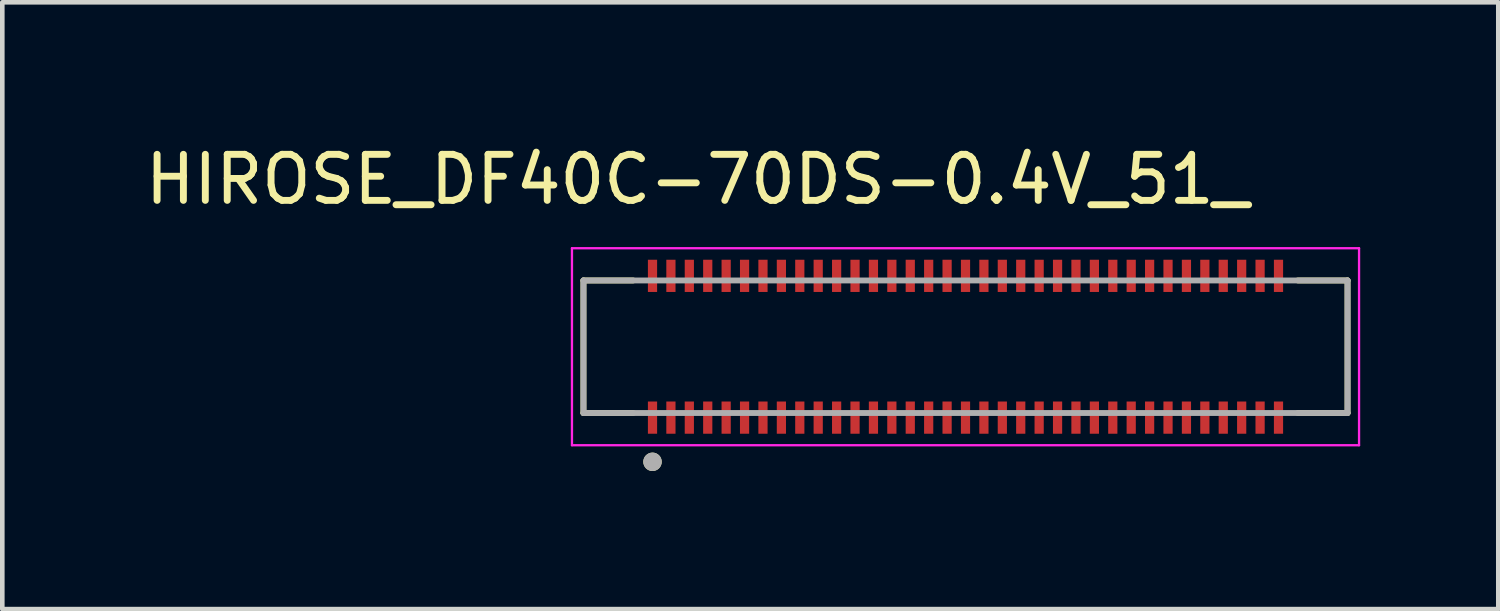
<source format=kicad_pcb>
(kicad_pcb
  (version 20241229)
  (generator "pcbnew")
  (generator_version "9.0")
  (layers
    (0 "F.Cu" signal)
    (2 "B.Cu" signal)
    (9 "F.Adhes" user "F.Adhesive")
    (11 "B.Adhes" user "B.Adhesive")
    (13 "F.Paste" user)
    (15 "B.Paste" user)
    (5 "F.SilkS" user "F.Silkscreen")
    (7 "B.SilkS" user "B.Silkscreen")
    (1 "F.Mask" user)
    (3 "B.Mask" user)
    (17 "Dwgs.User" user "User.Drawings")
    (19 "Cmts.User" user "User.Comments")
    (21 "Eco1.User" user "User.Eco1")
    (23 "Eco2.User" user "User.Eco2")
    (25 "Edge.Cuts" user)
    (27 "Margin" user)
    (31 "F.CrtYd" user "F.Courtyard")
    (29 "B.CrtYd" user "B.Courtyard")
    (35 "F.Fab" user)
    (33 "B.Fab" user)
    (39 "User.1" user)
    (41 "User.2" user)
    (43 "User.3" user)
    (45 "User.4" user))
  (footprint "HIROSE_DF40C-70DS-0.4V_51_"
    (layer "F.Cu")
    (at 17.926 4.483)
    (property "Reference" "HIROSE_DF40C-70DS-0.4V_51_" (at -5.825 -3.635 0) (layer "F.SilkS") (effects (font (size 1 1) (thickness 0.15))))
    (attr smd)
    (fp_line (start -8.3 -1.44) (end -8.3 1.44) (stroke (width 0.127) (type solid)) (layer "F.SilkS"))
    (fp_line (start -8.3 1.44) (end -7.22 1.44) (stroke (width 0.127) (type solid)) (layer "F.SilkS"))
    (fp_line (start -7.22 -1.44) (end -8.3 -1.44) (stroke (width 0.127) (type solid)) (layer "F.SilkS"))
    (fp_line (start 7.22 1.44) (end 8.3 1.44) (stroke (width 0.127) (type solid)) (layer "F.SilkS"))
    (fp_line (start 8.3 -1.44) (end 7.22 -1.44) (stroke (width 0.127) (type solid)) (layer "F.SilkS"))
    (fp_line (start 8.3 1.44) (end 8.3 -1.44) (stroke (width 0.127) (type solid)) (layer "F.SilkS"))
    (fp_circle (center -6.8 2.5) (end -6.7 2.5) (stroke (width 0.2) (type solid)) (fill no) (layer "F.SilkS"))
    (fp_poly (pts (xy -6.88 -1.82) (xy -6.72 -1.82) (xy -6.72 -1.26) (xy -6.88 -1.26)) (stroke (width 0.01) (type solid)) (fill yes) (layer "F.Paste"))
    (fp_poly (pts (xy -6.88 1.26) (xy -6.72 1.26) (xy -6.72 1.82) (xy -6.88 1.82)) (stroke (width 0.01) (type solid)) (fill yes) (layer "F.Paste"))
    (fp_poly (pts (xy -6.48 -1.82) (xy -6.32 -1.82) (xy -6.32 -1.26) (xy -6.48 -1.26)) (stroke (width 0.01) (type solid)) (fill yes) (layer "F.Paste"))
    (fp_poly (pts (xy -6.48 1.26) (xy -6.32 1.26) (xy -6.32 1.82) (xy -6.48 1.82)) (stroke (width 0.01) (type solid)) (fill yes) (layer "F.Paste"))
    (fp_poly (pts (xy -6.08 -1.82) (xy -5.92 -1.82) (xy -5.92 -1.26) (xy -6.08 -1.26)) (stroke (width 0.01) (type solid)) (fill yes) (layer "F.Paste"))
    (fp_poly (pts (xy -6.08 1.26) (xy -5.92 1.26) (xy -5.92 1.82) (xy -6.08 1.82)) (stroke (width 0.01) (type solid)) (fill yes) (layer "F.Paste"))
    (fp_poly (pts (xy -5.68 -1.82) (xy -5.52 -1.82) (xy -5.52 -1.26) (xy -5.68 -1.26)) (stroke (width 0.01) (type solid)) (fill yes) (layer "F.Paste"))
    (fp_poly (pts (xy -5.68 1.26) (xy -5.52 1.26) (xy -5.52 1.82) (xy -5.68 1.82)) (stroke (width 0.01) (type solid)) (fill yes) (layer "F.Paste"))
    (fp_poly (pts (xy -5.28 -1.82) (xy -5.12 -1.82) (xy -5.12 -1.26) (xy -5.28 -1.26)) (stroke (width 0.01) (type solid)) (fill yes) (layer "F.Paste"))
    (fp_poly (pts (xy -5.28 1.26) (xy -5.12 1.26) (xy -5.12 1.82) (xy -5.28 1.82)) (stroke (width 0.01) (type solid)) (fill yes) (layer "F.Paste"))
    (fp_poly (pts (xy -4.88 -1.82) (xy -4.72 -1.82) (xy -4.72 -1.26) (xy -4.88 -1.26)) (stroke (width 0.01) (type solid)) (fill yes) (layer "F.Paste"))
    (fp_poly (pts (xy -4.88 1.26) (xy -4.72 1.26) (xy -4.72 1.82) (xy -4.88 1.82)) (stroke (width 0.01) (type solid)) (fill yes) (layer "F.Paste"))
    (fp_poly (pts (xy -4.48 -1.82) (xy -4.32 -1.82) (xy -4.32 -1.26) (xy -4.48 -1.26)) (stroke (width 0.01) (type solid)) (fill yes) (layer "F.Paste"))
    (fp_poly (pts (xy -4.48 1.26) (xy -4.32 1.26) (xy -4.32 1.82) (xy -4.48 1.82)) (stroke (width 0.01) (type solid)) (fill yes) (layer "F.Paste"))
    (fp_poly (pts (xy -4.08 -1.82) (xy -3.92 -1.82) (xy -3.92 -1.26) (xy -4.08 -1.26)) (stroke (width 0.01) (type solid)) (fill yes) (layer "F.Paste"))
    (fp_poly (pts (xy -4.08 1.26) (xy -3.92 1.26) (xy -3.92 1.82) (xy -4.08 1.82)) (stroke (width 0.01) (type solid)) (fill yes) (layer "F.Paste"))
    (fp_poly (pts (xy -3.68 -1.82) (xy -3.52 -1.82) (xy -3.52 -1.26) (xy -3.68 -1.26)) (stroke (width 0.01) (type solid)) (fill yes) (layer "F.Paste"))
    (fp_poly (pts (xy -3.68 1.26) (xy -3.52 1.26) (xy -3.52 1.82) (xy -3.68 1.82)) (stroke (width 0.01) (type solid)) (fill yes) (layer "F.Paste"))
    (fp_poly (pts (xy -3.28 -1.82) (xy -3.12 -1.82) (xy -3.12 -1.26) (xy -3.28 -1.26)) (stroke (width 0.01) (type solid)) (fill yes) (layer "F.Paste"))
    (fp_poly (pts (xy -3.28 1.26) (xy -3.12 1.26) (xy -3.12 1.82) (xy -3.28 1.82)) (stroke (width 0.01) (type solid)) (fill yes) (layer "F.Paste"))
    (fp_poly (pts (xy -2.88 -1.82) (xy -2.72 -1.82) (xy -2.72 -1.26) (xy -2.88 -1.26)) (stroke (width 0.01) (type solid)) (fill yes) (layer "F.Paste"))
    (fp_poly (pts (xy -2.88 1.26) (xy -2.72 1.26) (xy -2.72 1.82) (xy -2.88 1.82)) (stroke (width 0.01) (type solid)) (fill yes) (layer "F.Paste"))
    (fp_poly (pts (xy -2.48 -1.82) (xy -2.32 -1.82) (xy -2.32 -1.26) (xy -2.48 -1.26)) (stroke (width 0.01) (type solid)) (fill yes) (layer "F.Paste"))
    (fp_poly (pts (xy -2.48 1.26) (xy -2.32 1.26) (xy -2.32 1.82) (xy -2.48 1.82)) (stroke (width 0.01) (type solid)) (fill yes) (layer "F.Paste"))
    (fp_poly (pts (xy -2.08 -1.82) (xy -1.92 -1.82) (xy -1.92 -1.26) (xy -2.08 -1.26)) (stroke (width 0.01) (type solid)) (fill yes) (layer "F.Paste"))
    (fp_poly (pts (xy -2.08 1.26) (xy -1.92 1.26) (xy -1.92 1.82) (xy -2.08 1.82)) (stroke (width 0.01) (type solid)) (fill yes) (layer "F.Paste"))
    (fp_poly (pts (xy -1.68 -1.82) (xy -1.52 -1.82) (xy -1.52 -1.26) (xy -1.68 -1.26)) (stroke (width 0.01) (type solid)) (fill yes) (layer "F.Paste"))
    (fp_poly (pts (xy -1.68 1.26) (xy -1.52 1.26) (xy -1.52 1.82) (xy -1.68 1.82)) (stroke (width 0.01) (type solid)) (fill yes) (layer "F.Paste"))
    (fp_poly (pts (xy -1.28 -1.82) (xy -1.12 -1.82) (xy -1.12 -1.26) (xy -1.28 -1.26)) (stroke (width 0.01) (type solid)) (fill yes) (layer "F.Paste"))
    (fp_poly (pts (xy -1.28 1.26) (xy -1.12 1.26) (xy -1.12 1.82) (xy -1.28 1.82)) (stroke (width 0.01) (type solid)) (fill yes) (layer "F.Paste"))
    (fp_poly (pts (xy -0.88 -1.82) (xy -0.72 -1.82) (xy -0.72 -1.26) (xy -0.88 -1.26)) (stroke (width 0.01) (type solid)) (fill yes) (layer "F.Paste"))
    (fp_poly (pts (xy -0.88 1.26) (xy -0.72 1.26) (xy -0.72 1.82) (xy -0.88 1.82)) (stroke (width 0.01) (type solid)) (fill yes) (layer "F.Paste"))
    (fp_poly (pts (xy -0.48 -1.82) (xy -0.32 -1.82) (xy -0.32 -1.26) (xy -0.48 -1.26)) (stroke (width 0.01) (type solid)) (fill yes) (layer "F.Paste"))
    (fp_poly (pts (xy -0.48 1.26) (xy -0.32 1.26) (xy -0.32 1.82) (xy -0.48 1.82)) (stroke (width 0.01) (type solid)) (fill yes) (layer "F.Paste"))
    (fp_poly (pts (xy -0.08 -1.82) (xy 0.08 -1.82) (xy 0.08 -1.26) (xy -0.08 -1.26)) (stroke (width 0.01) (type solid)) (fill yes) (layer "F.Paste"))
    (fp_poly (pts (xy -0.08 1.26) (xy 0.08 1.26) (xy 0.08 1.82) (xy -0.08 1.82)) (stroke (width 0.01) (type solid)) (fill yes) (layer "F.Paste"))
    (fp_poly (pts (xy 0.32 -1.82) (xy 0.48 -1.82) (xy 0.48 -1.26) (xy 0.32 -1.26)) (stroke (width 0.01) (type solid)) (fill yes) (layer "F.Paste"))
    (fp_poly (pts (xy 0.32 1.26) (xy 0.48 1.26) (xy 0.48 1.82) (xy 0.32 1.82)) (stroke (width 0.01) (type solid)) (fill yes) (layer "F.Paste"))
    (fp_poly (pts (xy 0.72 -1.82) (xy 0.88 -1.82) (xy 0.88 -1.26) (xy 0.72 -1.26)) (stroke (width 0.01) (type solid)) (fill yes) (layer "F.Paste"))
    (fp_poly (pts (xy 0.72 1.26) (xy 0.88 1.26) (xy 0.88 1.82) (xy 0.72 1.82)) (stroke (width 0.01) (type solid)) (fill yes) (layer "F.Paste"))
    (fp_poly (pts (xy 1.12 -1.82) (xy 1.28 -1.82) (xy 1.28 -1.26) (xy 1.12 -1.26)) (stroke (width 0.01) (type solid)) (fill yes) (layer "F.Paste"))
    (fp_poly (pts (xy 1.12 1.26) (xy 1.28 1.26) (xy 1.28 1.82) (xy 1.12 1.82)) (stroke (width 0.01) (type solid)) (fill yes) (layer "F.Paste"))
    (fp_poly (pts (xy 1.52 -1.82) (xy 1.68 -1.82) (xy 1.68 -1.26) (xy 1.52 -1.26)) (stroke (width 0.01) (type solid)) (fill yes) (layer "F.Paste"))
    (fp_poly (pts (xy 1.52 1.26) (xy 1.68 1.26) (xy 1.68 1.82) (xy 1.52 1.82)) (stroke (width 0.01) (type solid)) (fill yes) (layer "F.Paste"))
    (fp_poly (pts (xy 1.92 -1.82) (xy 2.08 -1.82) (xy 2.08 -1.26) (xy 1.92 -1.26)) (stroke (width 0.01) (type solid)) (fill yes) (layer "F.Paste"))
    (fp_poly (pts (xy 1.92 1.26) (xy 2.08 1.26) (xy 2.08 1.82) (xy 1.92 1.82)) (stroke (width 0.01) (type solid)) (fill yes) (layer "F.Paste"))
    (fp_poly (pts (xy 2.32 -1.82) (xy 2.48 -1.82) (xy 2.48 -1.26) (xy 2.32 -1.26)) (stroke (width 0.01) (type solid)) (fill yes) (layer "F.Paste"))
    (fp_poly (pts (xy 2.32 1.26) (xy 2.48 1.26) (xy 2.48 1.82) (xy 2.32 1.82)) (stroke (width 0.01) (type solid)) (fill yes) (layer "F.Paste"))
    (fp_poly (pts (xy 2.72 -1.82) (xy 2.88 -1.82) (xy 2.88 -1.26) (xy 2.72 -1.26)) (stroke (width 0.01) (type solid)) (fill yes) (layer "F.Paste"))
    (fp_poly (pts (xy 2.72 1.26) (xy 2.88 1.26) (xy 2.88 1.82) (xy 2.72 1.82)) (stroke (width 0.01) (type solid)) (fill yes) (layer "F.Paste"))
    (fp_poly (pts (xy 3.12 -1.82) (xy 3.28 -1.82) (xy 3.28 -1.26) (xy 3.12 -1.26)) (stroke (width 0.01) (type solid)) (fill yes) (layer "F.Paste"))
    (fp_poly (pts (xy 3.12 1.26) (xy 3.28 1.26) (xy 3.28 1.82) (xy 3.12 1.82)) (stroke (width 0.01) (type solid)) (fill yes) (layer "F.Paste"))
    (fp_poly (pts (xy 3.52 -1.82) (xy 3.68 -1.82) (xy 3.68 -1.26) (xy 3.52 -1.26)) (stroke (width 0.01) (type solid)) (fill yes) (layer "F.Paste"))
    (fp_poly (pts (xy 3.52 1.26) (xy 3.68 1.26) (xy 3.68 1.82) (xy 3.52 1.82)) (stroke (width 0.01) (type solid)) (fill yes) (layer "F.Paste"))
    (fp_poly (pts (xy 3.92 -1.82) (xy 4.08 -1.82) (xy 4.08 -1.26) (xy 3.92 -1.26)) (stroke (width 0.01) (type solid)) (fill yes) (layer "F.Paste"))
    (fp_poly (pts (xy 3.92 1.26) (xy 4.08 1.26) (xy 4.08 1.82) (xy 3.92 1.82)) (stroke (width 0.01) (type solid)) (fill yes) (layer "F.Paste"))
    (fp_poly (pts (xy 4.32 -1.82) (xy 4.48 -1.82) (xy 4.48 -1.26) (xy 4.32 -1.26)) (stroke (width 0.01) (type solid)) (fill yes) (layer "F.Paste"))
    (fp_poly (pts (xy 4.32 1.26) (xy 4.48 1.26) (xy 4.48 1.82) (xy 4.32 1.82)) (stroke (width 0.01) (type solid)) (fill yes) (layer "F.Paste"))
    (fp_poly (pts (xy 4.72 -1.82) (xy 4.88 -1.82) (xy 4.88 -1.26) (xy 4.72 -1.26)) (stroke (width 0.01) (type solid)) (fill yes) (layer "F.Paste"))
    (fp_poly (pts (xy 4.72 1.26) (xy 4.88 1.26) (xy 4.88 1.82) (xy 4.72 1.82)) (stroke (width 0.01) (type solid)) (fill yes) (layer "F.Paste"))
    (fp_poly (pts (xy 5.12 -1.82) (xy 5.28 -1.82) (xy 5.28 -1.26) (xy 5.12 -1.26)) (stroke (width 0.01) (type solid)) (fill yes) (layer "F.Paste"))
    (fp_poly (pts (xy 5.12 1.26) (xy 5.28 1.26) (xy 5.28 1.82) (xy 5.12 1.82)) (stroke (width 0.01) (type solid)) (fill yes) (layer "F.Paste"))
    (fp_poly (pts (xy 5.52 -1.82) (xy 5.68 -1.82) (xy 5.68 -1.26) (xy 5.52 -1.26)) (stroke (width 0.01) (type solid)) (fill yes) (layer "F.Paste"))
    (fp_poly (pts (xy 5.52 1.26) (xy 5.68 1.26) (xy 5.68 1.82) (xy 5.52 1.82)) (stroke (width 0.01) (type solid)) (fill yes) (layer "F.Paste"))
    (fp_poly (pts (xy 5.92 -1.82) (xy 6.08 -1.82) (xy 6.08 -1.26) (xy 5.92 -1.26)) (stroke (width 0.01) (type solid)) (fill yes) (layer "F.Paste"))
    (fp_poly (pts (xy 5.92 1.26) (xy 6.08 1.26) (xy 6.08 1.82) (xy 5.92 1.82)) (stroke (width 0.01) (type solid)) (fill yes) (layer "F.Paste"))
    (fp_poly (pts (xy 6.32 -1.82) (xy 6.48 -1.82) (xy 6.48 -1.26) (xy 6.32 -1.26)) (stroke (width 0.01) (type solid)) (fill yes) (layer "F.Paste"))
    (fp_poly (pts (xy 6.32 1.26) (xy 6.48 1.26) (xy 6.48 1.82) (xy 6.32 1.82)) (stroke (width 0.01) (type solid)) (fill yes) (layer "F.Paste"))
    (fp_poly (pts (xy 6.72 -1.82) (xy 6.88 -1.82) (xy 6.88 -1.26) (xy 6.72 -1.26)) (stroke (width 0.01) (type solid)) (fill yes) (layer "F.Paste"))
    (fp_poly (pts (xy 6.72 1.26) (xy 6.88 1.26) (xy 6.88 1.82) (xy 6.72 1.82)) (stroke (width 0.01) (type solid)) (fill yes) (layer "F.Paste"))
    (fp_line (start -8.55 -2.14) (end -8.55 2.14) (stroke (width 0.05) (type solid)) (layer "F.CrtYd"))
    (fp_line (start -8.55 2.14) (end 8.55 2.14) (stroke (width 0.05) (type solid)) (layer "F.CrtYd"))
    (fp_line (start 8.55 -2.14) (end -8.55 -2.14) (stroke (width 0.05) (type solid)) (layer "F.CrtYd"))
    (fp_line (start 8.55 2.14) (end 8.55 -2.14) (stroke (width 0.05) (type solid)) (layer "F.CrtYd"))
    (fp_line (start -8.3 -1.44) (end -8.3 1.44) (stroke (width 0.127) (type solid)) (layer "F.Fab"))
    (fp_line (start -8.3 1.44) (end 8.3 1.44) (stroke (width 0.127) (type solid)) (layer "F.Fab"))
    (fp_line (start 8.3 -1.44) (end -8.3 -1.44) (stroke (width 0.127) (type solid)) (layer "F.Fab"))
    (fp_line (start 8.3 1.44) (end 8.3 -1.44) (stroke (width 0.127) (type solid)) (layer "F.Fab"))
    (fp_circle (center -6.8 2.5) (end -6.7 2.5) (stroke (width 0.2) (type solid)) (fill no) (layer "F.Fab"))
    (pad "1" smd rect (at -6.8 1.54) (size 0.2 0.7) (layers "F.Cu" "F.Mask"))
    (pad "2" smd rect (at -6.8 -1.54) (size 0.2 0.7) (layers "F.Cu" "F.Mask"))
    (pad "3" smd rect (at -6.4 1.54) (size 0.2 0.7) (layers "F.Cu" "F.Mask"))
    (pad "4" smd rect (at -6.4 -1.54) (size 0.2 0.7) (layers "F.Cu" "F.Mask"))
    (pad "5" smd rect (at -6 1.54) (size 0.2 0.7) (layers "F.Cu" "F.Mask"))
    (pad "6" smd rect (at -6 -1.54) (size 0.2 0.7) (layers "F.Cu" "F.Mask"))
    (pad "7" smd rect (at -5.6 1.54) (size 0.2 0.7) (layers "F.Cu" "F.Mask"))
    (pad "8" smd rect (at -5.6 -1.54) (size 0.2 0.7) (layers "F.Cu" "F.Mask"))
    (pad "9" smd rect (at -5.2 1.54) (size 0.2 0.7) (layers "F.Cu" "F.Mask"))
    (pad "10" smd rect (at -5.2 -1.54) (size 0.2 0.7) (layers "F.Cu" "F.Mask"))
    (pad "11" smd rect (at -4.8 1.54) (size 0.2 0.7) (layers "F.Cu" "F.Mask"))
    (pad "12" smd rect (at -4.8 -1.54) (size 0.2 0.7) (layers "F.Cu" "F.Mask"))
    (pad "13" smd rect (at -4.4 1.54) (size 0.2 0.7) (layers "F.Cu" "F.Mask"))
    (pad "14" smd rect (at -4.4 -1.54) (size 0.2 0.7) (layers "F.Cu" "F.Mask"))
    (pad "15" smd rect (at -4 1.54) (size 0.2 0.7) (layers "F.Cu" "F.Mask"))
    (pad "16" smd rect (at -4 -1.54) (size 0.2 0.7) (layers "F.Cu" "F.Mask"))
    (pad "17" smd rect (at -3.6 1.54) (size 0.2 0.7) (layers "F.Cu" "F.Mask"))
    (pad "18" smd rect (at -3.6 -1.54) (size 0.2 0.7) (layers "F.Cu" "F.Mask"))
    (pad "19" smd rect (at -3.2 1.54) (size 0.2 0.7) (layers "F.Cu" "F.Mask"))
    (pad "20" smd rect (at -3.2 -1.54) (size 0.2 0.7) (layers "F.Cu" "F.Mask"))
    (pad "21" smd rect (at -2.8 1.54) (size 0.2 0.7) (layers "F.Cu" "F.Mask"))
    (pad "22" smd rect (at -2.8 -1.54) (size 0.2 0.7) (layers "F.Cu" "F.Mask"))
    (pad "23" smd rect (at -2.4 1.54) (size 0.2 0.7) (layers "F.Cu" "F.Mask"))
    (pad "24" smd rect (at -2.4 -1.54) (size 0.2 0.7) (layers "F.Cu" "F.Mask"))
    (pad "25" smd rect (at -2 1.54) (size 0.2 0.7) (layers "F.Cu" "F.Mask"))
    (pad "26" smd rect (at -2 -1.54) (size 0.2 0.7) (layers "F.Cu" "F.Mask"))
    (pad "27" smd rect (at -1.6 1.54) (size 0.2 0.7) (layers "F.Cu" "F.Mask"))
    (pad "28" smd rect (at -1.6 -1.54) (size 0.2 0.7) (layers "F.Cu" "F.Mask"))
    (pad "29" smd rect (at -1.2 1.54) (size 0.2 0.7) (layers "F.Cu" "F.Mask"))
    (pad "30" smd rect (at -1.2 -1.54) (size 0.2 0.7) (layers "F.Cu" "F.Mask"))
    (pad "31" smd rect (at -0.8 1.54) (size 0.2 0.7) (layers "F.Cu" "F.Mask"))
    (pad "32" smd rect (at -0.8 -1.54) (size 0.2 0.7) (layers "F.Cu" "F.Mask"))
    (pad "33" smd rect (at -0.4 1.54) (size 0.2 0.7) (layers "F.Cu" "F.Mask"))
    (pad "34" smd rect (at -0.4 -1.54) (size 0.2 0.7) (layers "F.Cu" "F.Mask"))
    (pad "35" smd rect (at 0 1.54) (size 0.2 0.7) (layers "F.Cu" "F.Mask"))
    (pad "36" smd rect (at 0 -1.54) (size 0.2 0.7) (layers "F.Cu" "F.Mask"))
    (pad "37" smd rect (at 0.4 1.54) (size 0.2 0.7) (layers "F.Cu" "F.Mask"))
    (pad "38" smd rect (at 0.4 -1.54) (size 0.2 0.7) (layers "F.Cu" "F.Mask"))
    (pad "39" smd rect (at 0.8 1.54) (size 0.2 0.7) (layers "F.Cu" "F.Mask"))
    (pad "40" smd rect (at 0.8 -1.54) (size 0.2 0.7) (layers "F.Cu" "F.Mask"))
    (pad "41" smd rect (at 1.2 1.54) (size 0.2 0.7) (layers "F.Cu" "F.Mask"))
    (pad "42" smd rect (at 1.2 -1.54) (size 0.2 0.7) (layers "F.Cu" "F.Mask"))
    (pad "43" smd rect (at 1.6 1.54) (size 0.2 0.7) (layers "F.Cu" "F.Mask"))
    (pad "44" smd rect (at 1.6 -1.54) (size 0.2 0.7) (layers "F.Cu" "F.Mask"))
    (pad "45" smd rect (at 2 1.54) (size 0.2 0.7) (layers "F.Cu" "F.Mask"))
    (pad "46" smd rect (at 2 -1.54) (size 0.2 0.7) (layers "F.Cu" "F.Mask"))
    (pad "47" smd rect (at 2.4 1.54) (size 0.2 0.7) (layers "F.Cu" "F.Mask"))
    (pad "48" smd rect (at 2.4 -1.54) (size 0.2 0.7) (layers "F.Cu" "F.Mask"))
    (pad "49" smd rect (at 2.8 1.54) (size 0.2 0.7) (layers "F.Cu" "F.Mask"))
    (pad "50" smd rect (at 2.8 -1.54) (size 0.2 0.7) (layers "F.Cu" "F.Mask"))
    (pad "51" smd rect (at 3.2 1.54) (size 0.2 0.7) (layers "F.Cu" "F.Mask"))
    (pad "52" smd rect (at 3.2 -1.54) (size 0.2 0.7) (layers "F.Cu" "F.Mask"))
    (pad "53" smd rect (at 3.6 1.54) (size 0.2 0.7) (layers "F.Cu" "F.Mask"))
    (pad "54" smd rect (at 3.6 -1.54) (size 0.2 0.7) (layers "F.Cu" "F.Mask"))
    (pad "55" smd rect (at 4 1.54) (size 0.2 0.7) (layers "F.Cu" "F.Mask"))
    (pad "56" smd rect (at 4 -1.54) (size 0.2 0.7) (layers "F.Cu" "F.Mask"))
    (pad "57" smd rect (at 4.4 1.54) (size 0.2 0.7) (layers "F.Cu" "F.Mask"))
    (pad "58" smd rect (at 4.4 -1.54) (size 0.2 0.7) (layers "F.Cu" "F.Mask"))
    (pad "59" smd rect (at 4.8 1.54) (size 0.2 0.7) (layers "F.Cu" "F.Mask"))
    (pad "60" smd rect (at 4.8 -1.54) (size 0.2 0.7) (layers "F.Cu" "F.Mask"))
    (pad "61" smd rect (at 5.2 1.54) (size 0.2 0.7) (layers "F.Cu" "F.Mask"))
    (pad "62" smd rect (at 5.2 -1.54) (size 0.2 0.7) (layers "F.Cu" "F.Mask"))
    (pad "63" smd rect (at 5.6 1.54) (size 0.2 0.7) (layers "F.Cu" "F.Mask"))
    (pad "64" smd rect (at 5.6 -1.54) (size 0.2 0.7) (layers "F.Cu" "F.Mask"))
    (pad "65" smd rect (at 6 1.54) (size 0.2 0.7) (layers "F.Cu" "F.Mask"))
    (pad "66" smd rect (at 6 -1.54) (size 0.2 0.7) (layers "F.Cu" "F.Mask"))
    (pad "67" smd rect (at 6.4 1.54) (size 0.2 0.7) (layers "F.Cu" "F.Mask"))
    (pad "68" smd rect (at 6.4 -1.54) (size 0.2 0.7) (layers "F.Cu" "F.Mask"))
    (pad "69" smd rect (at 6.8 1.54) (size 0.2 0.7) (layers "F.Cu" "F.Mask"))
    (pad "70" smd rect (at 6.8 -1.54) (size 0.2 0.7) (layers "F.Cu" "F.Mask"))
    (zone (net_name "") (layer "F.Cu") (hatch full 0.508) (connect_pads) (min_thickness 0.01) (filled_areas_thickness no) (keepout (tracks not_allowed) (vias not_allowed) (pads not_allowed) (copperpour not_allowed) (footprints allowed)) (placement (enabled no)) (fill) (polygon (pts (xy 11.026 3.293) (xy 11.226 3.293) (xy 11.226 3.733) (xy 11.026 3.733))))
    (zone (net_name "") (layer "F.Cu") (hatch full 0.508) (connect_pads) (min_thickness 0.01) (filled_areas_thickness no) (keepout (tracks not_allowed) (vias not_allowed) (pads not_allowed) (copperpour not_allowed) (footprints allowed)) (placement (enabled no)) (fill) (polygon (pts (xy 11.026 5.233) (xy 11.226 5.233) (xy 11.226 5.673) (xy 11.026 5.673))))
    (zone (net_name "") (layer "F.Cu") (hatch full 0.508) (connect_pads) (min_thickness 0.01) (filled_areas_thickness no) (keepout (tracks not_allowed) (vias not_allowed) (pads not_allowed) (copperpour not_allowed) (footprints allowed)) (placement (enabled no)) (fill) (polygon (pts (xy 11.426 3.293) (xy 11.626 3.293) (xy 11.626 3.733) (xy 11.426 3.733))))
    (zone (net_name "") (layer "F.Cu") (hatch full 0.508) (connect_pads) (min_thickness 0.01) (filled_areas_thickness no) (keepout (tracks not_allowed) (vias not_allowed) (pads not_allowed) (copperpour not_allowed) (footprints allowed)) (placement (enabled no)) (fill) (polygon (pts (xy 11.426 5.233) (xy 11.626 5.233) (xy 11.626 5.673) (xy 11.426 5.673))))
    (zone (net_name "") (layer "F.Cu") (hatch full 0.508) (connect_pads) (min_thickness 0.01) (filled_areas_thickness no) (keepout (tracks not_allowed) (vias not_allowed) (pads not_allowed) (copperpour not_allowed) (footprints allowed)) (placement (enabled no)) (fill) (polygon (pts (xy 11.826 3.293) (xy 12.026 3.293) (xy 12.026 3.733) (xy 11.826 3.733))))
    (zone (net_name "") (layer "F.Cu") (hatch full 0.508) (connect_pads) (min_thickness 0.01) (filled_areas_thickness no) (keepout (tracks not_allowed) (vias not_allowed) (pads not_allowed) (copperpour not_allowed) (footprints allowed)) (placement (enabled no)) (fill) (polygon (pts (xy 11.826 5.233) (xy 12.026 5.233) (xy 12.026 5.673) (xy 11.826 5.673))))
    (zone (net_name "") (layer "F.Cu") (hatch full 0.508) (connect_pads) (min_thickness 0.01) (filled_areas_thickness no) (keepout (tracks not_allowed) (vias not_allowed) (pads not_allowed) (copperpour not_allowed) (footprints allowed)) (placement (enabled no)) (fill) (polygon (pts (xy 12.226 3.293) (xy 12.426 3.293) (xy 12.426 3.733) (xy 12.226 3.733))))
    (zone (net_name "") (layer "F.Cu") (hatch full 0.508) (connect_pads) (min_thickness 0.01) (filled_areas_thickness no) (keepout (tracks not_allowed) (vias not_allowed) (pads not_allowed) (copperpour not_allowed) (footprints allowed)) (placement (enabled no)) (fill) (polygon (pts (xy 12.226 5.233) (xy 12.426 5.233) (xy 12.426 5.673) (xy 12.226 5.673))))
    (zone (net_name "") (layer "F.Cu") (hatch full 0.508) (connect_pads) (min_thickness 0.01) (filled_areas_thickness no) (keepout (tracks not_allowed) (vias not_allowed) (pads not_allowed) (copperpour not_allowed) (footprints allowed)) (placement (enabled no)) (fill) (polygon (pts (xy 12.626 3.293) (xy 12.826 3.293) (xy 12.826 3.733) (xy 12.626 3.733))))
    (zone (net_name "") (layer "F.Cu") (hatch full 0.508) (connect_pads) (min_thickness 0.01) (filled_areas_thickness no) (keepout (tracks not_allowed) (vias not_allowed) (pads not_allowed) (copperpour not_allowed) (footprints allowed)) (placement (enabled no)) (fill) (polygon (pts (xy 12.626 5.233) (xy 12.826 5.233) (xy 12.826 5.673) (xy 12.626 5.673))))
    (zone (net_name "") (layer "F.Cu") (hatch full 0.508) (connect_pads) (min_thickness 0.01) (filled_areas_thickness no) (keepout (tracks not_allowed) (vias not_allowed) (pads not_allowed) (copperpour not_allowed) (footprints allowed)) (placement (enabled no)) (fill) (polygon (pts (xy 13.026 3.293) (xy 13.226 3.293) (xy 13.226 3.733) (xy 13.026 3.733))))
    (zone (net_name "") (layer "F.Cu") (hatch full 0.508) (connect_pads) (min_thickness 0.01) (filled_areas_thickness no) (keepout (tracks not_allowed) (vias not_allowed) (pads not_allowed) (copperpour not_allowed) (footprints allowed)) (placement (enabled no)) (fill) (polygon (pts (xy 13.026 5.233) (xy 13.226 5.233) (xy 13.226 5.673) (xy 13.026 5.673))))
    (zone (net_name "") (layer "F.Cu") (hatch full 0.508) (connect_pads) (min_thickness 0.01) (filled_areas_thickness no) (keepout (tracks not_allowed) (vias not_allowed) (pads not_allowed) (copperpour not_allowed) (footprints allowed)) (placement (enabled no)) (fill) (polygon (pts (xy 13.426 3.293) (xy 13.626 3.293) (xy 13.626 3.733) (xy 13.426 3.733))))
    (zone (net_name "") (layer "F.Cu") (hatch full 0.508) (connect_pads) (min_thickness 0.01) (filled_areas_thickness no) (keepout (tracks not_allowed) (vias not_allowed) (pads not_allowed) (copperpour not_allowed) (footprints allowed)) (placement (enabled no)) (fill) (polygon (pts (xy 13.426 5.233) (xy 13.626 5.233) (xy 13.626 5.673) (xy 13.426 5.673))))
    (zone (net_name "") (layer "F.Cu") (hatch full 0.508) (connect_pads) (min_thickness 0.01) (filled_areas_thickness no) (keepout (tracks not_allowed) (vias not_allowed) (pads not_allowed) (copperpour not_allowed) (footprints allowed)) (placement (enabled no)) (fill) (polygon (pts (xy 13.826 3.293) (xy 14.026 3.293) (xy 14.026 3.733) (xy 13.826 3.733))))
    (zone (net_name "") (layer "F.Cu") (hatch full 0.508) (connect_pads) (min_thickness 0.01) (filled_areas_thickness no) (keepout (tracks not_allowed) (vias not_allowed) (pads not_allowed) (copperpour not_allowed) (footprints allowed)) (placement (enabled no)) (fill) (polygon (pts (xy 13.826 5.233) (xy 14.026 5.233) (xy 14.026 5.673) (xy 13.826 5.673))))
    (zone (net_name "") (layer "F.Cu") (hatch full 0.508) (connect_pads) (min_thickness 0.01) (filled_areas_thickness no) (keepout (tracks not_allowed) (vias not_allowed) (pads not_allowed) (copperpour not_allowed) (footprints allowed)) (placement (enabled no)) (fill) (polygon (pts (xy 14.226 3.293) (xy 14.426 3.293) (xy 14.426 3.733) (xy 14.226 3.733))))
    (zone (net_name "") (layer "F.Cu") (hatch full 0.508) (connect_pads) (min_thickness 0.01) (filled_areas_thickness no) (keepout (tracks not_allowed) (vias not_allowed) (pads not_allowed) (copperpour not_allowed) (footprints allowed)) (placement (enabled no)) (fill) (polygon (pts (xy 14.226 5.233) (xy 14.426 5.233) (xy 14.426 5.673) (xy 14.226 5.673))))
    (zone (net_name "") (layer "F.Cu") (hatch full 0.508) (connect_pads) (min_thickness 0.01) (filled_areas_thickness no) (keepout (tracks not_allowed) (vias not_allowed) (pads not_allowed) (copperpour not_allowed) (footprints allowed)) (placement (enabled no)) (fill) (polygon (pts (xy 14.626 3.293) (xy 14.826 3.293) (xy 14.826 3.733) (xy 14.626 3.733))))
    (zone (net_name "") (layer "F.Cu") (hatch full 0.508) (connect_pads) (min_thickness 0.01) (filled_areas_thickness no) (keepout (tracks not_allowed) (vias not_allowed) (pads not_allowed) (copperpour not_allowed) (footprints allowed)) (placement (enabled no)) (fill) (polygon (pts (xy 14.626 5.233) (xy 14.826 5.233) (xy 14.826 5.673) (xy 14.626 5.673))))
    (zone (net_name "") (layer "F.Cu") (hatch full 0.508) (connect_pads) (min_thickness 0.01) (filled_areas_thickness no) (keepout (tracks not_allowed) (vias not_allowed) (pads not_allowed) (copperpour not_allowed) (footprints allowed)) (placement (enabled no)) (fill) (polygon (pts (xy 15.026 3.293) (xy 15.226 3.293) (xy 15.226 3.733) (xy 15.026 3.733))))
    (zone (net_name "") (layer "F.Cu") (hatch full 0.508) (connect_pads) (min_thickness 0.01) (filled_areas_thickness no) (keepout (tracks not_allowed) (vias not_allowed) (pads not_allowed) (copperpour not_allowed) (footprints allowed)) (placement (enabled no)) (fill) (polygon (pts (xy 15.026 5.233) (xy 15.226 5.233) (xy 15.226 5.673) (xy 15.026 5.673))))
    (zone (net_name "") (layer "F.Cu") (hatch full 0.508) (connect_pads) (min_thickness 0.01) (filled_areas_thickness no) (keepout (tracks not_allowed) (vias not_allowed) (pads not_allowed) (copperpour not_allowed) (footprints allowed)) (placement (enabled no)) (fill) (polygon (pts (xy 15.426 3.293) (xy 15.626 3.293) (xy 15.626 3.733) (xy 15.426 3.733))))
    (zone (net_name "") (layer "F.Cu") (hatch full 0.508) (connect_pads) (min_thickness 0.01) (filled_areas_thickness no) (keepout (tracks not_allowed) (vias not_allowed) (pads not_allowed) (copperpour not_allowed) (footprints allowed)) (placement (enabled no)) (fill) (polygon (pts (xy 15.426 5.233) (xy 15.626 5.233) (xy 15.626 5.673) (xy 15.426 5.673))))
    (zone (net_name "") (layer "F.Cu") (hatch full 0.508) (connect_pads) (min_thickness 0.01) (filled_areas_thickness no) (keepout (tracks not_allowed) (vias not_allowed) (pads not_allowed) (copperpour not_allowed) (footprints allowed)) (placement (enabled no)) (fill) (polygon (pts (xy 15.826 3.293) (xy 16.026 3.293) (xy 16.026 3.733) (xy 15.826 3.733))))
    (zone (net_name "") (layer "F.Cu") (hatch full 0.508) (connect_pads) (min_thickness 0.01) (filled_areas_thickness no) (keepout (tracks not_allowed) (vias not_allowed) (pads not_allowed) (copperpour not_allowed) (footprints allowed)) (placement (enabled no)) (fill) (polygon (pts (xy 15.826 5.233) (xy 16.026 5.233) (xy 16.026 5.673) (xy 15.826 5.673))))
    (zone (net_name "") (layer "F.Cu") (hatch full 0.508) (connect_pads) (min_thickness 0.01) (filled_areas_thickness no) (keepout (tracks not_allowed) (vias not_allowed) (pads not_allowed) (copperpour not_allowed) (footprints allowed)) (placement (enabled no)) (fill) (polygon (pts (xy 16.226 3.293) (xy 16.426 3.293) (xy 16.426 3.733) (xy 16.226 3.733))))
    (zone (net_name "") (layer "F.Cu") (hatch full 0.508) (connect_pads) (min_thickness 0.01) (filled_areas_thickness no) (keepout (tracks not_allowed) (vias not_allowed) (pads not_allowed) (copperpour not_allowed) (footprints allowed)) (placement (enabled no)) (fill) (polygon (pts (xy 16.226 5.233) (xy 16.426 5.233) (xy 16.426 5.673) (xy 16.226 5.673))))
    (zone (net_name "") (layer "F.Cu") (hatch full 0.508) (connect_pads) (min_thickness 0.01) (filled_areas_thickness no) (keepout (tracks not_allowed) (vias not_allowed) (pads not_allowed) (copperpour not_allowed) (footprints allowed)) (placement (enabled no)) (fill) (polygon (pts (xy 16.626 3.293) (xy 16.826 3.293) (xy 16.826 3.733) (xy 16.626 3.733))))
    (zone (net_name "") (layer "F.Cu") (hatch full 0.508) (connect_pads) (min_thickness 0.01) (filled_areas_thickness no) (keepout (tracks not_allowed) (vias not_allowed) (pads not_allowed) (copperpour not_allowed) (footprints allowed)) (placement (enabled no)) (fill) (polygon (pts (xy 16.626 5.233) (xy 16.826 5.233) (xy 16.826 5.673) (xy 16.626 5.673))))
    (zone (net_name "") (layer "F.Cu") (hatch full 0.508) (connect_pads) (min_thickness 0.01) (filled_areas_thickness no) (keepout (tracks not_allowed) (vias not_allowed) (pads not_allowed) (copperpour not_allowed) (footprints allowed)) (placement (enabled no)) (fill) (polygon (pts (xy 17.026 3.293) (xy 17.226 3.293) (xy 17.226 3.733) (xy 17.026 3.733))))
    (zone (net_name "") (layer "F.Cu") (hatch full 0.508) (connect_pads) (min_thickness 0.01) (filled_areas_thickness no) (keepout (tracks not_allowed) (vias not_allowed) (pads not_allowed) (copperpour not_allowed) (footprints allowed)) (placement (enabled no)) (fill) (polygon (pts (xy 17.026 5.233) (xy 17.226 5.233) (xy 17.226 5.673) (xy 17.026 5.673))))
    (zone (net_name "") (layer "F.Cu") (hatch full 0.508) (connect_pads) (min_thickness 0.01) (filled_areas_thickness no) (keepout (tracks not_allowed) (vias not_allowed) (pads not_allowed) (copperpour not_allowed) (footprints allowed)) (placement (enabled no)) (fill) (polygon (pts (xy 17.426 3.293) (xy 17.626 3.293) (xy 17.626 3.733) (xy 17.426 3.733))))
    (zone (net_name "") (layer "F.Cu") (hatch full 0.508) (connect_pads) (min_thickness 0.01) (filled_areas_thickness no) (keepout (tracks not_allowed) (vias not_allowed) (pads not_allowed) (copperpour not_allowed) (footprints allowed)) (placement (enabled no)) (fill) (polygon (pts (xy 17.426 5.233) (xy 17.626 5.233) (xy 17.626 5.673) (xy 17.426 5.673))))
    (zone (net_name "") (layer "F.Cu") (hatch full 0.508) (connect_pads) (min_thickness 0.01) (filled_areas_thickness no) (keepout (tracks not_allowed) (vias not_allowed) (pads not_allowed) (copperpour not_allowed) (footprints allowed)) (placement (enabled no)) (fill) (polygon (pts (xy 17.826 3.293) (xy 18.026 3.293) (xy 18.026 3.733) (xy 17.826 3.733))))
    (zone (net_name "") (layer "F.Cu") (hatch full 0.508) (connect_pads) (min_thickness 0.01) (filled_areas_thickness no) (keepout (tracks not_allowed) (vias not_allowed) (pads not_allowed) (copperpour not_allowed) (footprints allowed)) (placement (enabled no)) (fill) (polygon (pts (xy 17.826 5.233) (xy 18.026 5.233) (xy 18.026 5.673) (xy 17.826 5.673))))
    (zone (net_name "") (layer "F.Cu") (hatch full 0.508) (connect_pads) (min_thickness 0.01) (filled_areas_thickness no) (keepout (tracks not_allowed) (vias not_allowed) (pads not_allowed) (copperpour not_allowed) (footprints allowed)) (placement (enabled no)) (fill) (polygon (pts (xy 18.226 3.293) (xy 18.426 3.293) (xy 18.426 3.733) (xy 18.226 3.733))))
    (zone (net_name "") (layer "F.Cu") (hatch full 0.508) (connect_pads) (min_thickness 0.01) (filled_areas_thickness no) (keepout (tracks not_allowed) (vias not_allowed) (pads not_allowed) (copperpour not_allowed) (footprints allowed)) (placement (enabled no)) (fill) (polygon (pts (xy 18.226 5.233) (xy 18.426 5.233) (xy 18.426 5.673) (xy 18.226 5.673))))
    (zone (net_name "") (layer "F.Cu") (hatch full 0.508) (connect_pads) (min_thickness 0.01) (filled_areas_thickness no) (keepout (tracks not_allowed) (vias not_allowed) (pads not_allowed) (copperpour not_allowed) (footprints allowed)) (placement (enabled no)) (fill) (polygon (pts (xy 18.626 3.293) (xy 18.826 3.293) (xy 18.826 3.733) (xy 18.626 3.733))))
    (zone (net_name "") (layer "F.Cu") (hatch full 0.508) (connect_pads) (min_thickness 0.01) (filled_areas_thickness no) (keepout (tracks not_allowed) (vias not_allowed) (pads not_allowed) (copperpour not_allowed) (footprints allowed)) (placement (enabled no)) (fill) (polygon (pts (xy 18.626 5.233) (xy 18.826 5.233) (xy 18.826 5.673) (xy 18.626 5.673))))
    (zone (net_name "") (layer "F.Cu") (hatch full 0.508) (connect_pads) (min_thickness 0.01) (filled_areas_thickness no) (keepout (tracks not_allowed) (vias not_allowed) (pads not_allowed) (copperpour not_allowed) (footprints allowed)) (placement (enabled no)) (fill) (polygon (pts (xy 19.026 3.293) (xy 19.226 3.293) (xy 19.226 3.733) (xy 19.026 3.733))))
    (zone (net_name "") (layer "F.Cu") (hatch full 0.508) (connect_pads) (min_thickness 0.01) (filled_areas_thickness no) (keepout (tracks not_allowed) (vias not_allowed) (pads not_allowed) (copperpour not_allowed) (footprints allowed)) (placement (enabled no)) (fill) (polygon (pts (xy 19.026 5.233) (xy 19.226 5.233) (xy 19.226 5.673) (xy 19.026 5.673))))
    (zone (net_name "") (layer "F.Cu") (hatch full 0.508) (connect_pads) (min_thickness 0.01) (filled_areas_thickness no) (keepout (tracks not_allowed) (vias not_allowed) (pads not_allowed) (copperpour not_allowed) (footprints allowed)) (placement (enabled no)) (fill) (polygon (pts (xy 19.426 3.293) (xy 19.626 3.293) (xy 19.626 3.733) (xy 19.426 3.733))))
    (zone (net_name "") (layer "F.Cu") (hatch full 0.508) (connect_pads) (min_thickness 0.01) (filled_areas_thickness no) (keepout (tracks not_allowed) (vias not_allowed) (pads not_allowed) (copperpour not_allowed) (footprints allowed)) (placement (enabled no)) (fill) (polygon (pts (xy 19.426 5.233) (xy 19.626 5.233) (xy 19.626 5.673) (xy 19.426 5.673))))
    (zone (net_name "") (layer "F.Cu") (hatch full 0.508) (connect_pads) (min_thickness 0.01) (filled_areas_thickness no) (keepout (tracks not_allowed) (vias not_allowed) (pads not_allowed) (copperpour not_allowed) (footprints allowed)) (placement (enabled no)) (fill) (polygon (pts (xy 19.826 3.293) (xy 20.026 3.293) (xy 20.026 3.733) (xy 19.826 3.733))))
    (zone (net_name "") (layer "F.Cu") (hatch full 0.508) (connect_pads) (min_thickness 0.01) (filled_areas_thickness no) (keepout (tracks not_allowed) (vias not_allowed) (pads not_allowed) (copperpour not_allowed) (footprints allowed)) (placement (enabled no)) (fill) (polygon (pts (xy 19.826 5.233) (xy 20.026 5.233) (xy 20.026 5.673) (xy 19.826 5.673))))
    (zone (net_name "") (layer "F.Cu") (hatch full 0.508) (connect_pads) (min_thickness 0.01) (filled_areas_thickness no) (keepout (tracks not_allowed) (vias not_allowed) (pads not_allowed) (copperpour not_allowed) (footprints allowed)) (placement (enabled no)) (fill) (polygon (pts (xy 20.226 3.293) (xy 20.426 3.293) (xy 20.426 3.733) (xy 20.226 3.733))))
    (zone (net_name "") (layer "F.Cu") (hatch full 0.508) (connect_pads) (min_thickness 0.01) (filled_areas_thickness no) (keepout (tracks not_allowed) (vias not_allowed) (pads not_allowed) (copperpour not_allowed) (footprints allowed)) (placement (enabled no)) (fill) (polygon (pts (xy 20.226 5.233) (xy 20.426 5.233) (xy 20.426 5.673) (xy 20.226 5.673))))
    (zone (net_name "") (layer "F.Cu") (hatch full 0.508) (connect_pads) (min_thickness 0.01) (filled_areas_thickness no) (keepout (tracks not_allowed) (vias not_allowed) (pads not_allowed) (copperpour not_allowed) (footprints allowed)) (placement (enabled no)) (fill) (polygon (pts (xy 20.626 3.293) (xy 20.826 3.293) (xy 20.826 3.733) (xy 20.626 3.733))))
    (zone (net_name "") (layer "F.Cu") (hatch full 0.508) (connect_pads) (min_thickness 0.01) (filled_areas_thickness no) (keepout (tracks not_allowed) (vias not_allowed) (pads not_allowed) (copperpour not_allowed) (footprints allowed)) (placement (enabled no)) (fill) (polygon (pts (xy 20.626 5.233) (xy 20.826 5.233) (xy 20.826 5.673) (xy 20.626 5.673))))
    (zone (net_name "") (layer "F.Cu") (hatch full 0.508) (connect_pads) (min_thickness 0.01) (filled_areas_thickness no) (keepout (tracks not_allowed) (vias not_allowed) (pads not_allowed) (copperpour not_allowed) (footprints allowed)) (placement (enabled no)) (fill) (polygon (pts (xy 21.026 3.293) (xy 21.226 3.293) (xy 21.226 3.733) (xy 21.026 3.733))))
    (zone (net_name "") (layer "F.Cu") (hatch full 0.508) (connect_pads) (min_thickness 0.01) (filled_areas_thickness no) (keepout (tracks not_allowed) (vias not_allowed) (pads not_allowed) (copperpour not_allowed) (footprints allowed)) (placement (enabled no)) (fill) (polygon (pts (xy 21.026 5.233) (xy 21.226 5.233) (xy 21.226 5.673) (xy 21.026 5.673))))
    (zone (net_name "") (layer "F.Cu") (hatch full 0.508) (connect_pads) (min_thickness 0.01) (filled_areas_thickness no) (keepout (tracks not_allowed) (vias not_allowed) (pads not_allowed) (copperpour not_allowed) (footprints allowed)) (placement (enabled no)) (fill) (polygon (pts (xy 21.426 3.293) (xy 21.626 3.293) (xy 21.626 3.733) (xy 21.426 3.733))))
    (zone (net_name "") (layer "F.Cu") (hatch full 0.508) (connect_pads) (min_thickness 0.01) (filled_areas_thickness no) (keepout (tracks not_allowed) (vias not_allowed) (pads not_allowed) (copperpour not_allowed) (footprints allowed)) (placement (enabled no)) (fill) (polygon (pts (xy 21.426 5.233) (xy 21.626 5.233) (xy 21.626 5.673) (xy 21.426 5.673))))
    (zone (net_name "") (layer "F.Cu") (hatch full 0.508) (connect_pads) (min_thickness 0.01) (filled_areas_thickness no) (keepout (tracks not_allowed) (vias not_allowed) (pads not_allowed) (copperpour not_allowed) (footprints allowed)) (placement (enabled no)) (fill) (polygon (pts (xy 21.826 3.293) (xy 22.026 3.293) (xy 22.026 3.733) (xy 21.826 3.733))))
    (zone (net_name "") (layer "F.Cu") (hatch full 0.508) (connect_pads) (min_thickness 0.01) (filled_areas_thickness no) (keepout (tracks not_allowed) (vias not_allowed) (pads not_allowed) (copperpour not_allowed) (footprints allowed)) (placement (enabled no)) (fill) (polygon (pts (xy 21.826 5.233) (xy 22.026 5.233) (xy 22.026 5.673) (xy 21.826 5.673))))
    (zone (net_name "") (layer "F.Cu") (hatch full 0.508) (connect_pads) (min_thickness 0.01) (filled_areas_thickness no) (keepout (tracks not_allowed) (vias not_allowed) (pads not_allowed) (copperpour not_allowed) (footprints allowed)) (placement (enabled no)) (fill) (polygon (pts (xy 22.226 3.293) (xy 22.426 3.293) (xy 22.426 3.733) (xy 22.226 3.733))))
    (zone (net_name "") (layer "F.Cu") (hatch full 0.508) (connect_pads) (min_thickness 0.01) (filled_areas_thickness no) (keepout (tracks not_allowed) (vias not_allowed) (pads not_allowed) (copperpour not_allowed) (footprints allowed)) (placement (enabled no)) (fill) (polygon (pts (xy 22.226 5.233) (xy 22.426 5.233) (xy 22.426 5.673) (xy 22.226 5.673))))
    (zone (net_name "") (layer "F.Cu") (hatch full 0.508) (connect_pads) (min_thickness 0.01) (filled_areas_thickness no) (keepout (tracks not_allowed) (vias not_allowed) (pads not_allowed) (copperpour not_allowed) (footprints allowed)) (placement (enabled no)) (fill) (polygon (pts (xy 22.626 3.293) (xy 22.826 3.293) (xy 22.826 3.733) (xy 22.626 3.733))))
    (zone (net_name "") (layer "F.Cu") (hatch full 0.508) (connect_pads) (min_thickness 0.01) (filled_areas_thickness no) (keepout (tracks not_allowed) (vias not_allowed) (pads not_allowed) (copperpour not_allowed) (footprints allowed)) (placement (enabled no)) (fill) (polygon (pts (xy 22.626 5.233) (xy 22.826 5.233) (xy 22.826 5.673) (xy 22.626 5.673))))
    (zone (net_name "") (layer "F.Cu") (hatch full 0.508) (connect_pads) (min_thickness 0.01) (filled_areas_thickness no) (keepout (tracks not_allowed) (vias not_allowed) (pads not_allowed) (copperpour not_allowed) (footprints allowed)) (placement (enabled no)) (fill) (polygon (pts (xy 23.026 3.293) (xy 23.226 3.293) (xy 23.226 3.733) (xy 23.026 3.733))))
    (zone (net_name "") (layer "F.Cu") (hatch full 0.508) (connect_pads) (min_thickness 0.01) (filled_areas_thickness no) (keepout (tracks not_allowed) (vias not_allowed) (pads not_allowed) (copperpour not_allowed) (footprints allowed)) (placement (enabled no)) (fill) (polygon (pts (xy 23.026 5.233) (xy 23.226 5.233) (xy 23.226 5.673) (xy 23.026 5.673))))
    (zone (net_name "") (layer "F.Cu") (hatch full 0.508) (connect_pads) (min_thickness 0.01) (filled_areas_thickness no) (keepout (tracks not_allowed) (vias not_allowed) (pads not_allowed) (copperpour not_allowed) (footprints allowed)) (placement (enabled no)) (fill) (polygon (pts (xy 23.426 3.293) (xy 23.626 3.293) (xy 23.626 3.733) (xy 23.426 3.733))))
    (zone (net_name "") (layer "F.Cu") (hatch full 0.508) (connect_pads) (min_thickness 0.01) (filled_areas_thickness no) (keepout (tracks not_allowed) (vias not_allowed) (pads not_allowed) (copperpour not_allowed) (footprints allowed)) (placement (enabled no)) (fill) (polygon (pts (xy 23.426 5.233) (xy 23.626 5.233) (xy 23.626 5.673) (xy 23.426 5.673))))
    (zone (net_name "") (layer "F.Cu") (hatch full 0.508) (connect_pads) (min_thickness 0.01) (filled_areas_thickness no) (keepout (tracks not_allowed) (vias not_allowed) (pads not_allowed) (copperpour not_allowed) (footprints allowed)) (placement (enabled no)) (fill) (polygon (pts (xy 23.826 3.293) (xy 24.026 3.293) (xy 24.026 3.733) (xy 23.826 3.733))))
    (zone (net_name "") (layer "F.Cu") (hatch full 0.508) (connect_pads) (min_thickness 0.01) (filled_areas_thickness no) (keepout (tracks not_allowed) (vias not_allowed) (pads not_allowed) (copperpour not_allowed) (footprints allowed)) (placement (enabled no)) (fill) (polygon (pts (xy 23.826 5.233) (xy 24.026 5.233) (xy 24.026 5.673) (xy 23.826 5.673))))
    (zone (net_name "") (layer "F.Cu") (hatch full 0.508) (connect_pads) (min_thickness 0.01) (filled_areas_thickness no) (keepout (tracks not_allowed) (vias not_allowed) (pads not_allowed) (copperpour not_allowed) (footprints allowed)) (placement (enabled no)) (fill) (polygon (pts (xy 24.226 3.293) (xy 24.426 3.293) (xy 24.426 3.733) (xy 24.226 3.733))))
    (zone (net_name "") (layer "F.Cu") (hatch full 0.508) (connect_pads) (min_thickness 0.01) (filled_areas_thickness no) (keepout (tracks not_allowed) (vias not_allowed) (pads not_allowed) (copperpour not_allowed) (footprints allowed)) (placement (enabled no)) (fill) (polygon (pts (xy 24.226 5.233) (xy 24.426 5.233) (xy 24.426 5.673) (xy 24.226 5.673))))
    (zone (net_name "") (layer "F.Cu") (hatch full 0.508) (connect_pads) (min_thickness 0.01) (filled_areas_thickness no) (keepout (tracks not_allowed) (vias not_allowed) (pads not_allowed) (copperpour not_allowed) (footprints allowed)) (placement (enabled no)) (fill) (polygon (pts (xy 24.626 3.293) (xy 24.826 3.293) (xy 24.826 3.733) (xy 24.626 3.733))))
    (zone (net_name "") (layer "F.Cu") (hatch full 0.508) (connect_pads) (min_thickness 0.01) (filled_areas_thickness no) (keepout (tracks not_allowed) (vias not_allowed) (pads not_allowed) (copperpour not_allowed) (footprints allowed)) (placement (enabled no)) (fill) (polygon (pts (xy 24.626 5.233) (xy 24.826 5.233) (xy 24.826 5.673) (xy 24.626 5.673))))
    (zone (net_name "") (layers "F.Cu" "B.Cu") (hatch full 0.508) (connect_pads) (min_thickness 0.01) (filled_areas_thickness no) (keepout (tracks allowed) (vias not_allowed) (pads allowed) (copperpour allowed) (footprints allowed)) (placement (enabled no)) (fill) (polygon (pts (xy 11.026 3.293) (xy 11.226 3.293) (xy 11.226 3.733) (xy 11.026 3.733))))
    (zone (net_name "") (layers "F.Cu" "B.Cu") (hatch full 0.508) (connect_pads) (min_thickness 0.01) (filled_areas_thickness no) (keepout (tracks allowed) (vias not_allowed) (pads allowed) (copperpour allowed) (footprints allowed)) (placement (enabled no)) (fill) (polygon (pts (xy 11.026 5.233) (xy 11.226 5.233) (xy 11.226 5.673) (xy 11.026 5.673))))
    (zone (net_name "") (layers "F.Cu" "B.Cu") (hatch full 0.508) (connect_pads) (min_thickness 0.01) (filled_areas_thickness no) (keepout (tracks allowed) (vias not_allowed) (pads allowed) (copperpour allowed) (footprints allowed)) (placement (enabled no)) (fill) (polygon (pts (xy 11.426 3.293) (xy 11.626 3.293) (xy 11.626 3.733) (xy 11.426 3.733))))
    (zone (net_name "") (layers "F.Cu" "B.Cu") (hatch full 0.508) (connect_pads) (min_thickness 0.01) (filled_areas_thickness no) (keepout (tracks allowed) (vias not_allowed) (pads allowed) (copperpour allowed) (footprints allowed)) (placement (enabled no)) (fill) (polygon (pts (xy 11.426 5.233) (xy 11.626 5.233) (xy 11.626 5.673) (xy 11.426 5.673))))
    (zone (net_name "") (layers "F.Cu" "B.Cu") (hatch full 0.508) (connect_pads) (min_thickness 0.01) (filled_areas_thickness no) (keepout (tracks allowed) (vias not_allowed) (pads allowed) (copperpour allowed) (footprints allowed)) (placement (enabled no)) (fill) (polygon (pts (xy 11.826 3.293) (xy 12.026 3.293) (xy 12.026 3.733) (xy 11.826 3.733))))
    (zone (net_name "") (layers "F.Cu" "B.Cu") (hatch full 0.508) (connect_pads) (min_thickness 0.01) (filled_areas_thickness no) (keepout (tracks allowed) (vias not_allowed) (pads allowed) (copperpour allowed) (footprints allowed)) (placement (enabled no)) (fill) (polygon (pts (xy 11.826 5.233) (xy 12.026 5.233) (xy 12.026 5.673) (xy 11.826 5.673))))
    (zone (net_name "") (layers "F.Cu" "B.Cu") (hatch full 0.508) (connect_pads) (min_thickness 0.01) (filled_areas_thickness no) (keepout (tracks allowed) (vias not_allowed) (pads allowed) (copperpour allowed) (footprints allowed)) (placement (enabled no)) (fill) (polygon (pts (xy 12.226 3.293) (xy 12.426 3.293) (xy 12.426 3.733) (xy 12.226 3.733))))
    (zone (net_name "") (layers "F.Cu" "B.Cu") (hatch full 0.508) (connect_pads) (min_thickness 0.01) (filled_areas_thickness no) (keepout (tracks allowed) (vias not_allowed) (pads allowed) (copperpour allowed) (footprints allowed)) (placement (enabled no)) (fill) (polygon (pts (xy 12.226 5.233) (xy 12.426 5.233) (xy 12.426 5.673) (xy 12.226 5.673))))
    (zone (net_name "") (layers "F.Cu" "B.Cu") (hatch full 0.508) (connect_pads) (min_thickness 0.01) (filled_areas_thickness no) (keepout (tracks allowed) (vias not_allowed) (pads allowed) (copperpour allowed) (footprints allowed)) (placement (enabled no)) (fill) (polygon (pts (xy 12.626 3.293) (xy 12.826 3.293) (xy 12.826 3.733) (xy 12.626 3.733))))
    (zone (net_name "") (layers "F.Cu" "B.Cu") (hatch full 0.508) (connect_pads) (min_thickness 0.01) (filled_areas_thickness no) (keepout (tracks allowed) (vias not_allowed) (pads allowed) (copperpour allowed) (footprints allowed)) (placement (enabled no)) (fill) (polygon (pts (xy 12.626 5.233) (xy 12.826 5.233) (xy 12.826 5.673) (xy 12.626 5.673))))
    (zone (net_name "") (layers "F.Cu" "B.Cu") (hatch full 0.508) (connect_pads) (min_thickness 0.01) (filled_areas_thickness no) (keepout (tracks allowed) (vias not_allowed) (pads allowed) (copperpour allowed) (footprints allowed)) (placement (enabled no)) (fill) (polygon (pts (xy 13.026 3.293) (xy 13.226 3.293) (xy 13.226 3.733) (xy 13.026 3.733))))
    (zone (net_name "") (layers "F.Cu" "B.Cu") (hatch full 0.508) (connect_pads) (min_thickness 0.01) (filled_areas_thickness no) (keepout (tracks allowed) (vias not_allowed) (pads allowed) (copperpour allowed) (footprints allowed)) (placement (enabled no)) (fill) (polygon (pts (xy 13.026 5.233) (xy 13.226 5.233) (xy 13.226 5.673) (xy 13.026 5.673))))
    (zone (net_name "") (layers "F.Cu" "B.Cu") (hatch full 0.508) (connect_pads) (min_thickness 0.01) (filled_areas_thickness no) (keepout (tracks allowed) (vias not_allowed) (pads allowed) (copperpour allowed) (footprints allowed)) (placement (enabled no)) (fill) (polygon (pts (xy 13.426 3.293) (xy 13.626 3.293) (xy 13.626 3.733) (xy 13.426 3.733))))
    (zone (net_name "") (layers "F.Cu" "B.Cu") (hatch full 0.508) (connect_pads) (min_thickness 0.01) (filled_areas_thickness no) (keepout (tracks allowed) (vias not_allowed) (pads allowed) (copperpour allowed) (footprints allowed)) (placement (enabled no)) (fill) (polygon (pts (xy 13.426 5.233) (xy 13.626 5.233) (xy 13.626 5.673) (xy 13.426 5.673))))
    (zone (net_name "") (layers "F.Cu" "B.Cu") (hatch full 0.508) (connect_pads) (min_thickness 0.01) (filled_areas_thickness no) (keepout (tracks allowed) (vias not_allowed) (pads allowed) (copperpour allowed) (footprints allowed)) (placement (enabled no)) (fill) (polygon (pts (xy 13.826 3.293) (xy 14.026 3.293) (xy 14.026 3.733) (xy 13.826 3.733))))
    (zone (net_name "") (layers "F.Cu" "B.Cu") (hatch full 0.508) (connect_pads) (min_thickness 0.01) (filled_areas_thickness no) (keepout (tracks allowed) (vias not_allowed) (pads allowed) (copperpour allowed) (footprints allowed)) (placement (enabled no)) (fill) (polygon (pts (xy 13.826 5.233) (xy 14.026 5.233) (xy 14.026 5.673) (xy 13.826 5.673))))
    (zone (net_name "") (layers "F.Cu" "B.Cu") (hatch full 0.508) (connect_pads) (min_thickness 0.01) (filled_areas_thickness no) (keepout (tracks allowed) (vias not_allowed) (pads allowed) (copperpour allowed) (footprints allowed)) (placement (enabled no)) (fill) (polygon (pts (xy 14.226 3.293) (xy 14.426 3.293) (xy 14.426 3.733) (xy 14.226 3.733))))
    (zone (net_name "") (layers "F.Cu" "B.Cu") (hatch full 0.508) (connect_pads) (min_thickness 0.01) (filled_areas_thickness no) (keepout (tracks allowed) (vias not_allowed) (pads allowed) (copperpour allowed) (footprints allowed)) (placement (enabled no)) (fill) (polygon (pts (xy 14.226 5.233) (xy 14.426 5.233) (xy 14.426 5.673) (xy 14.226 5.673))))
    (zone (net_name "") (layers "F.Cu" "B.Cu") (hatch full 0.508) (connect_pads) (min_thickness 0.01) (filled_areas_thickness no) (keepout (tracks allowed) (vias not_allowed) (pads allowed) (copperpour allowed) (footprints allowed)) (placement (enabled no)) (fill) (polygon (pts (xy 14.626 3.293) (xy 14.826 3.293) (xy 14.826 3.733) (xy 14.626 3.733))))
    (zone (net_name "") (layers "F.Cu" "B.Cu") (hatch full 0.508) (connect_pads) (min_thickness 0.01) (filled_areas_thickness no) (keepout (tracks allowed) (vias not_allowed) (pads allowed) (copperpour allowed) (footprints allowed)) (placement (enabled no)) (fill) (polygon (pts (xy 14.626 5.233) (xy 14.826 5.233) (xy 14.826 5.673) (xy 14.626 5.673))))
    (zone (net_name "") (layers "F.Cu" "B.Cu") (hatch full 0.508) (connect_pads) (min_thickness 0.01) (filled_areas_thickness no) (keepout (tracks allowed) (vias not_allowed) (pads allowed) (copperpour allowed) (footprints allowed)) (placement (enabled no)) (fill) (polygon (pts (xy 15.026 3.293) (xy 15.226 3.293) (xy 15.226 3.733) (xy 15.026 3.733))))
    (zone (net_name "") (layers "F.Cu" "B.Cu") (hatch full 0.508) (connect_pads) (min_thickness 0.01) (filled_areas_thickness no) (keepout (tracks allowed) (vias not_allowed) (pads allowed) (copperpour allowed) (footprints allowed)) (placement (enabled no)) (fill) (polygon (pts (xy 15.026 5.233) (xy 15.226 5.233) (xy 15.226 5.673) (xy 15.026 5.673))))
    (zone (net_name "") (layers "F.Cu" "B.Cu") (hatch full 0.508) (connect_pads) (min_thickness 0.01) (filled_areas_thickness no) (keepout (tracks allowed) (vias not_allowed) (pads allowed) (copperpour allowed) (footprints allowed)) (placement (enabled no)) (fill) (polygon (pts (xy 15.426 3.293) (xy 15.626 3.293) (xy 15.626 3.733) (xy 15.426 3.733))))
    (zone (net_name "") (layers "F.Cu" "B.Cu") (hatch full 0.508) (connect_pads) (min_thickness 0.01) (filled_areas_thickness no) (keepout (tracks allowed) (vias not_allowed) (pads allowed) (copperpour allowed) (footprints allowed)) (placement (enabled no)) (fill) (polygon (pts (xy 15.426 5.233) (xy 15.626 5.233) (xy 15.626 5.673) (xy 15.426 5.673))))
    (zone (net_name "") (layers "F.Cu" "B.Cu") (hatch full 0.508) (connect_pads) (min_thickness 0.01) (filled_areas_thickness no) (keepout (tracks allowed) (vias not_allowed) (pads allowed) (copperpour allowed) (footprints allowed)) (placement (enabled no)) (fill) (polygon (pts (xy 15.826 3.293) (xy 16.026 3.293) (xy 16.026 3.733) (xy 15.826 3.733))))
    (zone (net_name "") (layers "F.Cu" "B.Cu") (hatch full 0.508) (connect_pads) (min_thickness 0.01) (filled_areas_thickness no) (keepout (tracks allowed) (vias not_allowed) (pads allowed) (copperpour allowed) (footprints allowed)) (placement (enabled no)) (fill) (polygon (pts (xy 15.826 5.233) (xy 16.026 5.233) (xy 16.026 5.673) (xy 15.826 5.673))))
    (zone (net_name "") (layers "F.Cu" "B.Cu") (hatch full 0.508) (connect_pads) (min_thickness 0.01) (filled_areas_thickness no) (keepout (tracks allowed) (vias not_allowed) (pads allowed) (copperpour allowed) (footprints allowed)) (placement (enabled no)) (fill) (polygon (pts (xy 16.226 3.293) (xy 16.426 3.293) (xy 16.426 3.733) (xy 16.226 3.733))))
    (zone (net_name "") (layers "F.Cu" "B.Cu") (hatch full 0.508) (connect_pads) (min_thickness 0.01) (filled_areas_thickness no) (keepout (tracks allowed) (vias not_allowed) (pads allowed) (copperpour allowed) (footprints allowed)) (placement (enabled no)) (fill) (polygon (pts (xy 16.226 5.233) (xy 16.426 5.233) (xy 16.426 5.673) (xy 16.226 5.673))))
    (zone (net_name "") (layers "F.Cu" "B.Cu") (hatch full 0.508) (connect_pads) (min_thickness 0.01) (filled_areas_thickness no) (keepout (tracks allowed) (vias not_allowed) (pads allowed) (copperpour allowed) (footprints allowed)) (placement (enabled no)) (fill) (polygon (pts (xy 16.626 3.293) (xy 16.826 3.293) (xy 16.826 3.733) (xy 16.626 3.733))))
    (zone (net_name "") (layers "F.Cu" "B.Cu") (hatch full 0.508) (connect_pads) (min_thickness 0.01) (filled_areas_thickness no) (keepout (tracks allowed) (vias not_allowed) (pads allowed) (copperpour allowed) (footprints allowed)) (placement (enabled no)) (fill) (polygon (pts (xy 16.626 5.233) (xy 16.826 5.233) (xy 16.826 5.673) (xy 16.626 5.673))))
    (zone (net_name "") (layers "F.Cu" "B.Cu") (hatch full 0.508) (connect_pads) (min_thickness 0.01) (filled_areas_thickness no) (keepout (tracks allowed) (vias not_allowed) (pads allowed) (copperpour allowed) (footprints allowed)) (placement (enabled no)) (fill) (polygon (pts (xy 17.026 3.293) (xy 17.226 3.293) (xy 17.226 3.733) (xy 17.026 3.733))))
    (zone (net_name "") (layers "F.Cu" "B.Cu") (hatch full 0.508) (connect_pads) (min_thickness 0.01) (filled_areas_thickness no) (keepout (tracks allowed) (vias not_allowed) (pads allowed) (copperpour allowed) (footprints allowed)) (placement (enabled no)) (fill) (polygon (pts (xy 17.026 5.233) (xy 17.226 5.233) (xy 17.226 5.673) (xy 17.026 5.673))))
    (zone (net_name "") (layers "F.Cu" "B.Cu") (hatch full 0.508) (connect_pads) (min_thickness 0.01) (filled_areas_thickness no) (keepout (tracks allowed) (vias not_allowed) (pads allowed) (copperpour allowed) (footprints allowed)) (placement (enabled no)) (fill) (polygon (pts (xy 17.426 3.293) (xy 17.626 3.293) (xy 17.626 3.733) (xy 17.426 3.733))))
    (zone (net_name "") (layers "F.Cu" "B.Cu") (hatch full 0.508) (connect_pads) (min_thickness 0.01) (filled_areas_thickness no) (keepout (tracks allowed) (vias not_allowed) (pads allowed) (copperpour allowed) (footprints allowed)) (placement (enabled no)) (fill) (polygon (pts (xy 17.426 5.233) (xy 17.626 5.233) (xy 17.626 5.673) (xy 17.426 5.673))))
    (zone (net_name "") (layers "F.Cu" "B.Cu") (hatch full 0.508) (connect_pads) (min_thickness 0.01) (filled_areas_thickness no) (keepout (tracks allowed) (vias not_allowed) (pads allowed) (copperpour allowed) (footprints allowed)) (placement (enabled no)) (fill) (polygon (pts (xy 17.826 3.293) (xy 18.026 3.293) (xy 18.026 3.733) (xy 17.826 3.733))))
    (zone (net_name "") (layers "F.Cu" "B.Cu") (hatch full 0.508) (connect_pads) (min_thickness 0.01) (filled_areas_thickness no) (keepout (tracks allowed) (vias not_allowed) (pads allowed) (copperpour allowed) (footprints allowed)) (placement (enabled no)) (fill) (polygon (pts (xy 17.826 5.233) (xy 18.026 5.233) (xy 18.026 5.673) (xy 17.826 5.673))))
    (zone (net_name "") (layers "F.Cu" "B.Cu") (hatch full 0.508) (connect_pads) (min_thickness 0.01) (filled_areas_thickness no) (keepout (tracks allowed) (vias not_allowed) (pads allowed) (copperpour allowed) (footprints allowed)) (placement (enabled no)) (fill) (polygon (pts (xy 18.226 3.293) (xy 18.426 3.293) (xy 18.426 3.733) (xy 18.226 3.733))))
    (zone (net_name "") (layers "F.Cu" "B.Cu") (hatch full 0.508) (connect_pads) (min_thickness 0.01) (filled_areas_thickness no) (keepout (tracks allowed) (vias not_allowed) (pads allowed) (copperpour allowed) (footprints allowed)) (placement (enabled no)) (fill) (polygon (pts (xy 18.226 5.233) (xy 18.426 5.233) (xy 18.426 5.673) (xy 18.226 5.673))))
    (zone (net_name "") (layers "F.Cu" "B.Cu") (hatch full 0.508) (connect_pads) (min_thickness 0.01) (filled_areas_thickness no) (keepout (tracks allowed) (vias not_allowed) (pads allowed) (copperpour allowed) (footprints allowed)) (placement (enabled no)) (fill) (polygon (pts (xy 18.626 3.293) (xy 18.826 3.293) (xy 18.826 3.733) (xy 18.626 3.733))))
    (zone (net_name "") (layers "F.Cu" "B.Cu") (hatch full 0.508) (connect_pads) (min_thickness 0.01) (filled_areas_thickness no) (keepout (tracks allowed) (vias not_allowed) (pads allowed) (copperpour allowed) (footprints allowed)) (placement (enabled no)) (fill) (polygon (pts (xy 18.626 5.233) (xy 18.826 5.233) (xy 18.826 5.673) (xy 18.626 5.673))))
    (zone (net_name "") (layers "F.Cu" "B.Cu") (hatch full 0.508) (connect_pads) (min_thickness 0.01) (filled_areas_thickness no) (keepout (tracks allowed) (vias not_allowed) (pads allowed) (copperpour allowed) (footprints allowed)) (placement (enabled no)) (fill) (polygon (pts (xy 19.026 3.293) (xy 19.226 3.293) (xy 19.226 3.733) (xy 19.026 3.733))))
    (zone (net_name "") (layers "F.Cu" "B.Cu") (hatch full 0.508) (connect_pads) (min_thickness 0.01) (filled_areas_thickness no) (keepout (tracks allowed) (vias not_allowed) (pads allowed) (copperpour allowed) (footprints allowed)) (placement (enabled no)) (fill) (polygon (pts (xy 19.026 5.233) (xy 19.226 5.233) (xy 19.226 5.673) (xy 19.026 5.673))))
    (zone (net_name "") (layers "F.Cu" "B.Cu") (hatch full 0.508) (connect_pads) (min_thickness 0.01) (filled_areas_thickness no) (keepout (tracks allowed) (vias not_allowed) (pads allowed) (copperpour allowed) (footprints allowed)) (placement (enabled no)) (fill) (polygon (pts (xy 19.426 3.293) (xy 19.626 3.293) (xy 19.626 3.733) (xy 19.426 3.733))))
    (zone (net_name "") (layers "F.Cu" "B.Cu") (hatch full 0.508) (connect_pads) (min_thickness 0.01) (filled_areas_thickness no) (keepout (tracks allowed) (vias not_allowed) (pads allowed) (copperpour allowed) (footprints allowed)) (placement (enabled no)) (fill) (polygon (pts (xy 19.426 5.233) (xy 19.626 5.233) (xy 19.626 5.673) (xy 19.426 5.673))))
    (zone (net_name "") (layers "F.Cu" "B.Cu") (hatch full 0.508) (connect_pads) (min_thickness 0.01) (filled_areas_thickness no) (keepout (tracks allowed) (vias not_allowed) (pads allowed) (copperpour allowed) (footprints allowed)) (placement (enabled no)) (fill) (polygon (pts (xy 19.826 3.293) (xy 20.026 3.293) (xy 20.026 3.733) (xy 19.826 3.733))))
    (zone (net_name "") (layers "F.Cu" "B.Cu") (hatch full 0.508) (connect_pads) (min_thickness 0.01) (filled_areas_thickness no) (keepout (tracks allowed) (vias not_allowed) (pads allowed) (copperpour allowed) (footprints allowed)) (placement (enabled no)) (fill) (polygon (pts (xy 19.826 5.233) (xy 20.026 5.233) (xy 20.026 5.673) (xy 19.826 5.673))))
    (zone (net_name "") (layers "F.Cu" "B.Cu") (hatch full 0.508) (connect_pads) (min_thickness 0.01) (filled_areas_thickness no) (keepout (tracks allowed) (vias not_allowed) (pads allowed) (copperpour allowed) (footprints allowed)) (placement (enabled no)) (fill) (polygon (pts (xy 20.226 3.293) (xy 20.426 3.293) (xy 20.426 3.733) (xy 20.226 3.733))))
    (zone (net_name "") (layers "F.Cu" "B.Cu") (hatch full 0.508) (connect_pads) (min_thickness 0.01) (filled_areas_thickness no) (keepout (tracks allowed) (vias not_allowed) (pads allowed) (copperpour allowed) (footprints allowed)) (placement (enabled no)) (fill) (polygon (pts (xy 20.226 5.233) (xy 20.426 5.233) (xy 20.426 5.673) (xy 20.226 5.673))))
    (zone (net_name "") (layers "F.Cu" "B.Cu") (hatch full 0.508) (connect_pads) (min_thickness 0.01) (filled_areas_thickness no) (keepout (tracks allowed) (vias not_allowed) (pads allowed) (copperpour allowed) (footprints allowed)) (placement (enabled no)) (fill) (polygon (pts (xy 20.626 3.293) (xy 20.826 3.293) (xy 20.826 3.733) (xy 20.626 3.733))))
    (zone (net_name "") (layers "F.Cu" "B.Cu") (hatch full 0.508) (connect_pads) (min_thickness 0.01) (filled_areas_thickness no) (keepout (tracks allowed) (vias not_allowed) (pads allowed) (copperpour allowed) (footprints allowed)) (placement (enabled no)) (fill) (polygon (pts (xy 20.626 5.233) (xy 20.826 5.233) (xy 20.826 5.673) (xy 20.626 5.673))))
    (zone (net_name "") (layers "F.Cu" "B.Cu") (hatch full 0.508) (connect_pads) (min_thickness 0.01) (filled_areas_thickness no) (keepout (tracks allowed) (vias not_allowed) (pads allowed) (copperpour allowed) (footprints allowed)) (placement (enabled no)) (fill) (polygon (pts (xy 21.026 3.293) (xy 21.226 3.293) (xy 21.226 3.733) (xy 21.026 3.733))))
    (zone (net_name "") (layers "F.Cu" "B.Cu") (hatch full 0.508) (connect_pads) (min_thickness 0.01) (filled_areas_thickness no) (keepout (tracks allowed) (vias not_allowed) (pads allowed) (copperpour allowed) (footprints allowed)) (placement (enabled no)) (fill) (polygon (pts (xy 21.026 5.233) (xy 21.226 5.233) (xy 21.226 5.673) (xy 21.026 5.673))))
    (zone (net_name "") (layers "F.Cu" "B.Cu") (hatch full 0.508) (connect_pads) (min_thickness 0.01) (filled_areas_thickness no) (keepout (tracks allowed) (vias not_allowed) (pads allowed) (copperpour allowed) (footprints allowed)) (placement (enabled no)) (fill) (polygon (pts (xy 21.426 3.293) (xy 21.626 3.293) (xy 21.626 3.733) (xy 21.426 3.733))))
    (zone (net_name "") (layers "F.Cu" "B.Cu") (hatch full 0.508) (connect_pads) (min_thickness 0.01) (filled_areas_thickness no) (keepout (tracks allowed) (vias not_allowed) (pads allowed) (copperpour allowed) (footprints allowed)) (placement (enabled no)) (fill) (polygon (pts (xy 21.426 5.233) (xy 21.626 5.233) (xy 21.626 5.673) (xy 21.426 5.673))))
    (zone (net_name "") (layers "F.Cu" "B.Cu") (hatch full 0.508) (connect_pads) (min_thickness 0.01) (filled_areas_thickness no) (keepout (tracks allowed) (vias not_allowed) (pads allowed) (copperpour allowed) (footprints allowed)) (placement (enabled no)) (fill) (polygon (pts (xy 21.826 3.293) (xy 22.026 3.293) (xy 22.026 3.733) (xy 21.826 3.733))))
    (zone (net_name "") (layers "F.Cu" "B.Cu") (hatch full 0.508) (connect_pads) (min_thickness 0.01) (filled_areas_thickness no) (keepout (tracks allowed) (vias not_allowed) (pads allowed) (copperpour allowed) (footprints allowed)) (placement (enabled no)) (fill) (polygon (pts (xy 21.826 5.233) (xy 22.026 5.233) (xy 22.026 5.673) (xy 21.826 5.673))))
    (zone (net_name "") (layers "F.Cu" "B.Cu") (hatch full 0.508) (connect_pads) (min_thickness 0.01) (filled_areas_thickness no) (keepout (tracks allowed) (vias not_allowed) (pads allowed) (copperpour allowed) (footprints allowed)) (placement (enabled no)) (fill) (polygon (pts (xy 22.226 3.293) (xy 22.426 3.293) (xy 22.426 3.733) (xy 22.226 3.733))))
    (zone (net_name "") (layers "F.Cu" "B.Cu") (hatch full 0.508) (connect_pads) (min_thickness 0.01) (filled_areas_thickness no) (keepout (tracks allowed) (vias not_allowed) (pads allowed) (copperpour allowed) (footprints allowed)) (placement (enabled no)) (fill) (polygon (pts (xy 22.226 5.233) (xy 22.426 5.233) (xy 22.426 5.673) (xy 22.226 5.673))))
    (zone (net_name "") (layers "F.Cu" "B.Cu") (hatch full 0.508) (connect_pads) (min_thickness 0.01) (filled_areas_thickness no) (keepout (tracks allowed) (vias not_allowed) (pads allowed) (copperpour allowed) (footprints allowed)) (placement (enabled no)) (fill) (polygon (pts (xy 22.626 3.293) (xy 22.826 3.293) (xy 22.826 3.733) (xy 22.626 3.733))))
    (zone (net_name "") (layers "F.Cu" "B.Cu") (hatch full 0.508) (connect_pads) (min_thickness 0.01) (filled_areas_thickness no) (keepout (tracks allowed) (vias not_allowed) (pads allowed) (copperpour allowed) (footprints allowed)) (placement (enabled no)) (fill) (polygon (pts (xy 22.626 5.233) (xy 22.826 5.233) (xy 22.826 5.673) (xy 22.626 5.673))))
    (zone (net_name "") (layers "F.Cu" "B.Cu") (hatch full 0.508) (connect_pads) (min_thickness 0.01) (filled_areas_thickness no) (keepout (tracks allowed) (vias not_allowed) (pads allowed) (copperpour allowed) (footprints allowed)) (placement (enabled no)) (fill) (polygon (pts (xy 23.026 3.293) (xy 23.226 3.293) (xy 23.226 3.733) (xy 23.026 3.733))))
    (zone (net_name "") (layers "F.Cu" "B.Cu") (hatch full 0.508) (connect_pads) (min_thickness 0.01) (filled_areas_thickness no) (keepout (tracks allowed) (vias not_allowed) (pads allowed) (copperpour allowed) (footprints allowed)) (placement (enabled no)) (fill) (polygon (pts (xy 23.026 5.233) (xy 23.226 5.233) (xy 23.226 5.673) (xy 23.026 5.673))))
    (zone (net_name "") (layers "F.Cu" "B.Cu") (hatch full 0.508) (connect_pads) (min_thickness 0.01) (filled_areas_thickness no) (keepout (tracks allowed) (vias not_allowed) (pads allowed) (copperpour allowed) (footprints allowed)) (placement (enabled no)) (fill) (polygon (pts (xy 23.426 3.293) (xy 23.626 3.293) (xy 23.626 3.733) (xy 23.426 3.733))))
    (zone (net_name "") (layers "F.Cu" "B.Cu") (hatch full 0.508) (connect_pads) (min_thickness 0.01) (filled_areas_thickness no) (keepout (tracks allowed) (vias not_allowed) (pads allowed) (copperpour allowed) (footprints allowed)) (placement (enabled no)) (fill) (polygon (pts (xy 23.426 5.233) (xy 23.626 5.233) (xy 23.626 5.673) (xy 23.426 5.673))))
    (zone (net_name "") (layers "F.Cu" "B.Cu") (hatch full 0.508) (connect_pads) (min_thickness 0.01) (filled_areas_thickness no) (keepout (tracks allowed) (vias not_allowed) (pads allowed) (copperpour allowed) (footprints allowed)) (placement (enabled no)) (fill) (polygon (pts (xy 23.826 3.293) (xy 24.026 3.293) (xy 24.026 3.733) (xy 23.826 3.733))))
    (zone (net_name "") (layers "F.Cu" "B.Cu") (hatch full 0.508) (connect_pads) (min_thickness 0.01) (filled_areas_thickness no) (keepout (tracks allowed) (vias not_allowed) (pads allowed) (copperpour allowed) (footprints allowed)) (placement (enabled no)) (fill) (polygon (pts (xy 23.826 5.233) (xy 24.026 5.233) (xy 24.026 5.673) (xy 23.826 5.673))))
    (zone (net_name "") (layers "F.Cu" "B.Cu") (hatch full 0.508) (connect_pads) (min_thickness 0.01) (filled_areas_thickness no) (keepout (tracks allowed) (vias not_allowed) (pads allowed) (copperpour allowed) (footprints allowed)) (placement (enabled no)) (fill) (polygon (pts (xy 24.226 3.293) (xy 24.426 3.293) (xy 24.426 3.733) (xy 24.226 3.733))))
    (zone (net_name "") (layers "F.Cu" "B.Cu") (hatch full 0.508) (connect_pads) (min_thickness 0.01) (filled_areas_thickness no) (keepout (tracks allowed) (vias not_allowed) (pads allowed) (copperpour allowed) (footprints allowed)) (placement (enabled no)) (fill) (polygon (pts (xy 24.226 5.233) (xy 24.426 5.233) (xy 24.426 5.673) (xy 24.226 5.673))))
    (zone (net_name "") (layers "F.Cu" "B.Cu") (hatch full 0.508) (connect_pads) (min_thickness 0.01) (filled_areas_thickness no) (keepout (tracks allowed) (vias not_allowed) (pads allowed) (copperpour allowed) (footprints allowed)) (placement (enabled no)) (fill) (polygon (pts (xy 24.626 3.293) (xy 24.826 3.293) (xy 24.826 3.733) (xy 24.626 3.733))))
    (zone (net_name "") (layers "F.Cu" "B.Cu") (hatch full 0.508) (connect_pads) (min_thickness 0.01) (filled_areas_thickness no) (keepout (tracks allowed) (vias not_allowed) (pads allowed) (copperpour allowed) (footprints allowed)) (placement (enabled no)) (fill) (polygon (pts (xy 24.626 5.233) (xy 24.826 5.233) (xy 24.826 5.673) (xy 24.626 5.673)))))
  (gr_rect
    (start -3 -3)
    (end 29.501 10.183)
    (stroke (width 0.1) (type default))
    (fill no)
    (layer "Edge.Cuts")))
</source>
